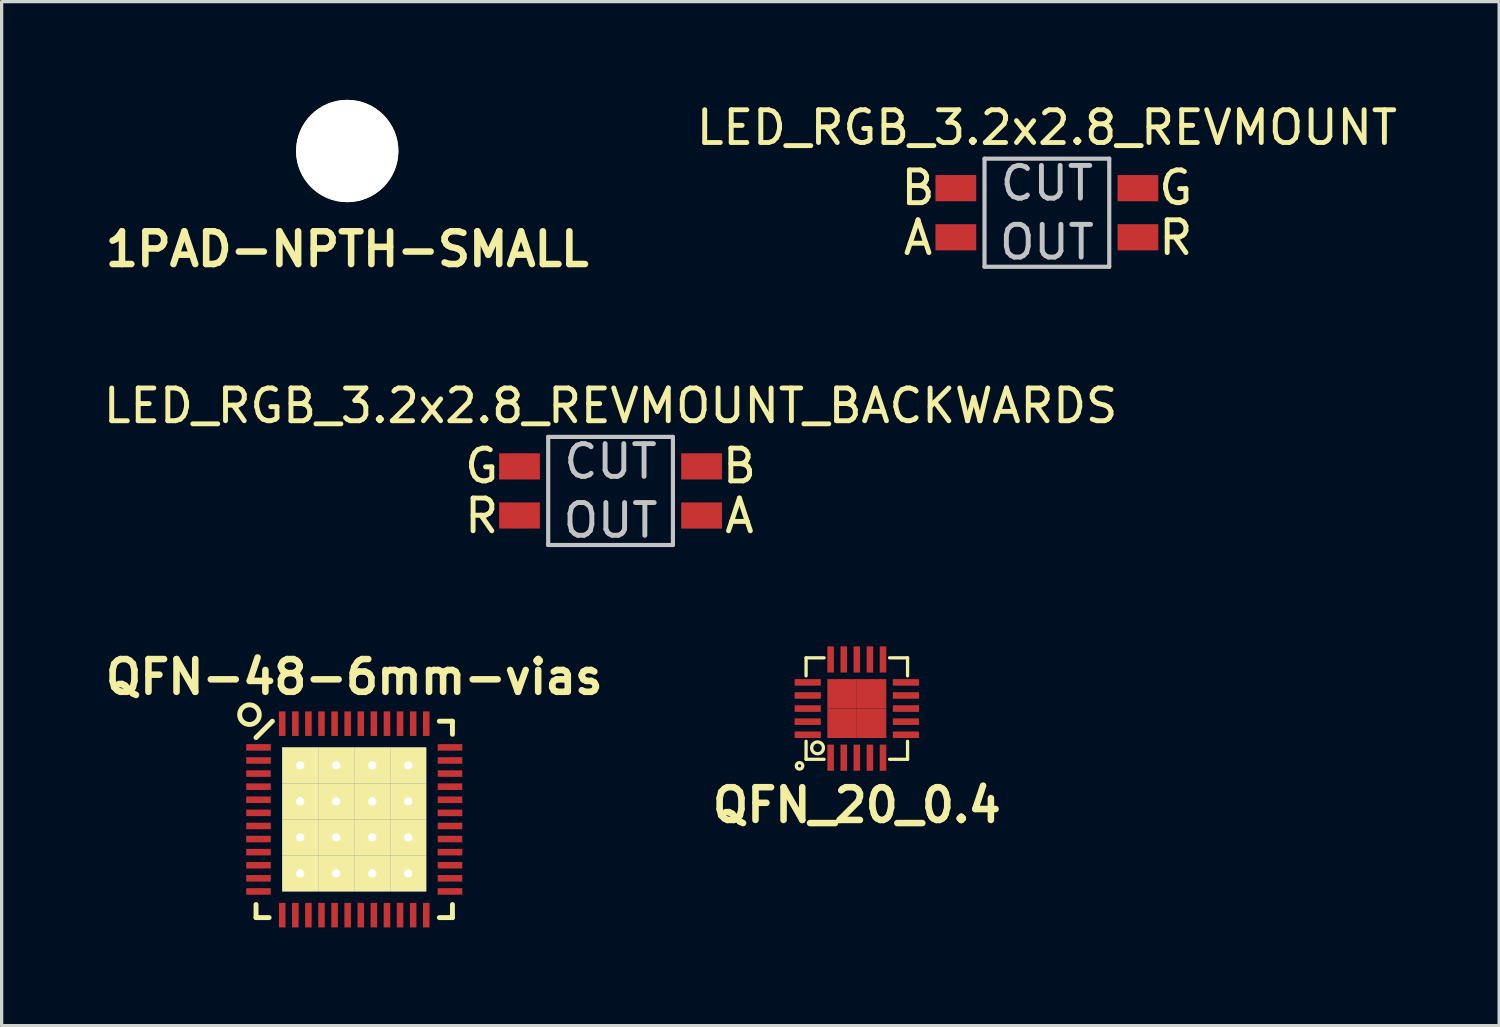
<source format=kicad_pcb>
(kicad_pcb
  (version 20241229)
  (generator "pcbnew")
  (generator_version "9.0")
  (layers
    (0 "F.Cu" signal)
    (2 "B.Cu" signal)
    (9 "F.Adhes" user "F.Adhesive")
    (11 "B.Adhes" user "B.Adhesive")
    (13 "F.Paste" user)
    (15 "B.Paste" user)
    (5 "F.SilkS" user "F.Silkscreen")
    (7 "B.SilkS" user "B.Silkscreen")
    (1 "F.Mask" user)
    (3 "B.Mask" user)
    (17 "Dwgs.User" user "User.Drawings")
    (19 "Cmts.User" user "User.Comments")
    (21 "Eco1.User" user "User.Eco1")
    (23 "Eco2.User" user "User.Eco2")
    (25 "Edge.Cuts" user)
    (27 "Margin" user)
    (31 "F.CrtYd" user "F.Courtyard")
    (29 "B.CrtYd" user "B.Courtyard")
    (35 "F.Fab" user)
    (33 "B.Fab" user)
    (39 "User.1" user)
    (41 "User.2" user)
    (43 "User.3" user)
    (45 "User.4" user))
  (footprint "LED_RGB_3.2x2.8_REVMOUNT"
    (layer "F.Cu")
    (at 28.93 3.448)
    (property "Reference" "LED_RGB_3.2x2.8_REVMOUNT" (at 0 -2.6 0) (layer "F.SilkS") (effects (font (size 1 1) (thickness 0.15))))
    (attr smd)
    (fp_line (start -1.905 -1.651) (end 1.905 -1.651) (stroke (width 0.127) (type solid)) (layer "Dwgs.User"))
    (fp_line (start -1.905 1.651) (end -1.905 -1.651) (stroke (width 0.127) (type solid)) (layer "Dwgs.User"))
    (fp_line (start 1.905 -1.651) (end 1.905 1.651) (stroke (width 0.127) (type solid)) (layer "Dwgs.User"))
    (fp_line (start 1.905 1.651) (end -1.905 1.651) (stroke (width 0.127) (type solid)) (layer "Dwgs.User"))
    (fp_text user "B" (at -3.937 -0.762 0) (layer "F.SilkS") (effects (font (size 1 1) (thickness 0.15))))
    (fp_text user "R" (at 3.937 0.762 0) (layer "F.SilkS") (effects (font (size 1 1) (thickness 0.15))))
    (fp_text user "G" (at 3.937 -0.762 0) (layer "F.SilkS") (effects (font (size 1 1) (thickness 0.15))))
    (fp_text user "A" (at -3.937 0.762 0) (layer "F.SilkS") (effects (font (size 1 1) (thickness 0.15))))
    (fp_text user "OUT" (at 0 0.9 0) (layer "Dwgs.User") (effects (font (size 1 1) (thickness 0.15))))
    (fp_text user "CUT" (at 0 -0.9 0) (layer "Dwgs.User") (effects (font (size 1 1) (thickness 0.15))))
    (pad "1" smd rect (at -2.781 0.75) (size 1.245 0.8) (layers "F.Cu" "F.Mask" "F.Paste"))
    (pad "2" smd rect (at 2.781 0.75) (size 1.245 0.8) (layers "F.Cu" "F.Mask" "F.Paste"))
    (pad "3" smd rect (at 2.781 -0.75) (size 1.245 0.8) (layers "F.Cu" "F.Mask" "F.Paste"))
    (pad "4" smd rect (at -2.781 -0.75) (size 1.245 0.8) (layers "F.Cu" "F.Mask" "F.Paste")))
  (footprint "LED_RGB_3.2x2.8_REVMOUNT_BACKWARDS"
    (layer "F.Cu")
    (at 15.601 11.947)
    (property "Reference" "LED_RGB_3.2x2.8_REVMOUNT_BACKWARDS" (at 0 -2.6 0) (layer "F.SilkS") (effects (font (size 1 1) (thickness 0.15))))
    (attr smd)
    (fp_line (start -1.905 -1.651) (end 1.905 -1.651) (stroke (width 0.127) (type solid)) (layer "Dwgs.User"))
    (fp_line (start -1.905 1.651) (end -1.905 -1.651) (stroke (width 0.127) (type solid)) (layer "Dwgs.User"))
    (fp_line (start 1.905 -1.651) (end 1.905 1.651) (stroke (width 0.127) (type solid)) (layer "Dwgs.User"))
    (fp_line (start 1.905 1.651) (end -1.905 1.651) (stroke (width 0.127) (type solid)) (layer "Dwgs.User"))
    (fp_text user "A" (at 3.937 0.762 0) (layer "F.SilkS") (effects (font (size 1 1) (thickness 0.15))))
    (fp_text user "B" (at 3.937 -0.762 0) (layer "F.SilkS") (effects (font (size 1 1) (thickness 0.15))))
    (fp_text user "G" (at -3.937 -0.762 0) (layer "F.SilkS") (effects (font (size 1 1) (thickness 0.15))))
    (fp_text user "R" (at -3.937 0.762 0) (layer "F.SilkS") (effects (font (size 1 1) (thickness 0.15))))
    (fp_text user "OUT" (at 0 0.9 0) (layer "Dwgs.User") (effects (font (size 1 1) (thickness 0.15))))
    (fp_text user "CUT" (at 0 -0.9 0) (layer "Dwgs.User") (effects (font (size 1 1) (thickness 0.15))))
    (pad "1" smd rect (at 2.781 0.75) (size 1.245 0.8) (layers "F.Cu" "F.Mask" "F.Paste"))
    (pad "2" smd rect (at -2.781 0.75) (size 1.245 0.8) (layers "F.Cu" "F.Mask" "F.Paste"))
    (pad "3" smd rect (at -2.781 -0.75) (size 1.245 0.8) (layers "F.Cu" "F.Mask" "F.Paste"))
    (pad "4" smd rect (at 2.781 -0.75) (size 1.245 0.8) (layers "F.Cu" "F.Mask" "F.Paste")))
  (footprint "QFN-48-6mm-vias"
    (layer "F.Cu")
    (at 7.771 21.981)
    (property "Reference" "QFN-48-6mm-vias" (at 0 -4.35 0) (layer "F.SilkS") (effects (font (size 1 1) (thickness 0.2))))
    (attr smd)
    (fp_line (start -3 2.6) (end -3 3) (stroke (width 0.15) (type solid)) (layer "F.SilkS"))
    (fp_line (start -3 3) (end -2.6 3) (stroke (width 0.15) (type solid)) (layer "F.SilkS"))
    (fp_line (start -2.5 -3) (end -3 -2.5) (stroke (width 0.15) (type solid)) (layer "F.SilkS"))
    (fp_line (start 2.6 -3) (end 3 -3) (stroke (width 0.15) (type solid)) (layer "F.SilkS"))
    (fp_line (start 3 -3) (end 3 -2.6) (stroke (width 0.15) (type solid)) (layer "F.SilkS"))
    (fp_line (start 3 2.6) (end 3 3) (stroke (width 0.15) (type solid)) (layer "F.SilkS"))
    (fp_line (start 3 3) (end 2.6 3) (stroke (width 0.15) (type solid)) (layer "F.SilkS"))
    (fp_circle (center -3.2 -3.2) (end -3.2 -3.5) (stroke (width 0.15) (type solid)) (fill no) (layer "F.SilkS"))
    (pad "1" smd rect (at -2.925 -2.2) (size 0.75 0.2) (layers "F.Cu" "F.Mask" "F.Paste"))
    (pad "2" smd rect (at -2.925 -1.8) (size 0.75 0.2) (layers "F.Cu" "F.Mask" "F.Paste"))
    (pad "3" smd rect (at -2.925 -1.4) (size 0.75 0.2) (layers "F.Cu" "F.Mask" "F.Paste"))
    (pad "4" smd rect (at -2.925 -1) (size 0.75 0.2) (layers "F.Cu" "F.Mask" "F.Paste"))
    (pad "5" smd rect (at -2.925 -0.6) (size 0.75 0.2) (layers "F.Cu" "F.Mask" "F.Paste"))
    (pad "6" smd rect (at -2.925 -0.2) (size 0.75 0.2) (layers "F.Cu" "F.Mask" "F.Paste"))
    (pad "7" smd rect (at -2.925 0.2) (size 0.75 0.2) (layers "F.Cu" "F.Mask" "F.Paste"))
    (pad "8" smd rect (at -2.925 0.6) (size 0.75 0.2) (layers "F.Cu" "F.Mask" "F.Paste"))
    (pad "9" smd rect (at -2.925 1) (size 0.75 0.2) (layers "F.Cu" "F.Mask" "F.Paste"))
    (pad "10" smd rect (at -2.925 1.4) (size 0.75 0.2) (layers "F.Cu" "F.Mask" "F.Paste"))
    (pad "11" smd rect (at -2.925 1.8) (size 0.75 0.2) (layers "F.Cu" "F.Mask" "F.Paste"))
    (pad "12" smd rect (at -2.925 2.2) (size 0.75 0.2) (layers "F.Cu" "F.Mask" "F.Paste"))
    (pad "13" smd rect (at -2.2 2.925) (size 0.2 0.75) (layers "F.Cu" "F.Mask" "F.Paste"))
    (pad "14" smd rect (at -1.8 2.925) (size 0.2 0.75) (layers "F.Cu" "F.Mask" "F.Paste"))
    (pad "15" smd rect (at -1.4 2.925) (size 0.2 0.75) (layers "F.Cu" "F.Mask" "F.Paste"))
    (pad "16" smd rect (at -1 2.925) (size 0.2 0.75) (layers "F.Cu" "F.Mask" "F.Paste"))
    (pad "17" smd rect (at -0.6 2.925) (size 0.2 0.75) (layers "F.Cu" "F.Mask" "F.Paste"))
    (pad "18" smd rect (at -0.2 2.925) (size 0.2 0.75) (layers "F.Cu" "F.Mask" "F.Paste"))
    (pad "19" smd rect (at 0.2 2.925) (size 0.2 0.75) (layers "F.Cu" "F.Mask" "F.Paste"))
    (pad "20" smd rect (at 0.6 2.925) (size 0.2 0.75) (layers "F.Cu" "F.Mask" "F.Paste"))
    (pad "21" smd rect (at 1 2.925) (size 0.2 0.75) (layers "F.Cu" "F.Mask" "F.Paste"))
    (pad "22" smd rect (at 1.4 2.925) (size 0.2 0.75) (layers "F.Cu" "F.Mask" "F.Paste"))
    (pad "23" smd rect (at 1.8 2.925) (size 0.2 0.75) (layers "F.Cu" "F.Mask" "F.Paste"))
    (pad "24" smd rect (at 2.2 2.925) (size 0.2 0.75) (layers "F.Cu" "F.Mask" "F.Paste"))
    (pad "25" smd rect (at 2.925 2.2) (size 0.75 0.2) (layers "F.Cu" "F.Mask" "F.Paste"))
    (pad "26" smd rect (at 2.925 1.8) (size 0.75 0.2) (layers "F.Cu" "F.Mask" "F.Paste"))
    (pad "27" smd rect (at 2.925 1.4) (size 0.75 0.2) (layers "F.Cu" "F.Mask" "F.Paste"))
    (pad "28" smd rect (at 2.925 1) (size 0.75 0.2) (layers "F.Cu" "F.Mask" "F.Paste"))
    (pad "29" smd rect (at 2.925 0.6) (size 0.75 0.2) (layers "F.Cu" "F.Mask" "F.Paste"))
    (pad "30" smd rect (at 2.925 0.2) (size 0.75 0.2) (layers "F.Cu" "F.Mask" "F.Paste"))
    (pad "31" smd rect (at 2.925 -0.2) (size 0.75 0.2) (layers "F.Cu" "F.Mask" "F.Paste"))
    (pad "32" smd rect (at 2.925 -0.6) (size 0.75 0.2) (layers "F.Cu" "F.Mask" "F.Paste"))
    (pad "33" smd rect (at 2.925 -1) (size 0.75 0.2) (layers "F.Cu" "F.Mask" "F.Paste"))
    (pad "34" smd rect (at 2.925 -1.4) (size 0.75 0.2) (layers "F.Cu" "F.Mask" "F.Paste"))
    (pad "35" smd rect (at 2.925 -1.8) (size 0.75 0.2) (layers "F.Cu" "F.Mask" "F.Paste"))
    (pad "36" smd rect (at 2.925 -2.2) (size 0.75 0.2) (layers "F.Cu" "F.Mask" "F.Paste"))
    (pad "37" smd rect (at 2.2 -2.925) (size 0.2 0.75) (layers "F.Cu" "F.Mask" "F.Paste"))
    (pad "38" smd rect (at 1.8 -2.925) (size 0.2 0.75) (layers "F.Cu" "F.Mask" "F.Paste"))
    (pad "39" smd rect (at 1.4 -2.925) (size 0.2 0.75) (layers "F.Cu" "F.Mask" "F.Paste"))
    (pad "40" smd rect (at 1 -2.925) (size 0.2 0.75) (layers "F.Cu" "F.Mask" "F.Paste"))
    (pad "41" smd rect (at 0.6 -2.925) (size 0.2 0.75) (layers "F.Cu" "F.Mask" "F.Paste"))
    (pad "42" smd rect (at 0.2 -2.925) (size 0.2 0.75) (layers "F.Cu" "F.Mask" "F.Paste"))
    (pad "43" smd rect (at -0.2 -2.925) (size 0.2 0.75) (layers "F.Cu" "F.Mask" "F.Paste"))
    (pad "44" smd rect (at -0.6 -2.925) (size 0.2 0.75) (layers "F.Cu" "F.Mask" "F.Paste"))
    (pad "45" smd rect (at -1 -2.925) (size 0.2 0.75) (layers "F.Cu" "F.Mask" "F.Paste"))
    (pad "46" smd rect (at -1.4 -2.925) (size 0.2 0.75) (layers "F.Cu" "F.Mask" "F.Paste"))
    (pad "47" smd rect (at -1.8 -2.925) (size 0.2 0.75) (layers "F.Cu" "F.Mask" "F.Paste"))
    (pad "48" smd rect (at -2.2 -2.925) (size 0.2 0.75) (layers "F.Cu" "F.Mask" "F.Paste"))
    (pad "48" thru_hole rect (at -1.65 -1.65) (size 1.1 1.1) (drill 0.254) (layers "*.Cu" "F.Mask" "F.SilkS"))
    (pad "48" thru_hole rect (at -1.65 -0.55) (size 1.1 1.1) (drill 0.254) (layers "*.Cu" "F.Mask" "F.SilkS"))
    (pad "48" thru_hole rect (at -1.65 0.55) (size 1.1 1.1) (drill 0.254) (layers "*.Cu" "F.Mask" "F.SilkS"))
    (pad "48" thru_hole rect (at -1.65 1.65) (size 1.1 1.1) (drill 0.254) (layers "*.Cu" "F.Mask" "F.SilkS"))
    (pad "48" thru_hole rect (at -0.55 -1.65) (size 1.1 1.1) (drill 0.254) (layers "*.Cu" "F.Mask" "F.SilkS"))
    (pad "48" thru_hole rect (at -0.55 -0.55) (size 1.1 1.1) (drill 0.254) (layers "*.Cu" "F.Mask" "F.SilkS"))
    (pad "48" thru_hole rect (at -0.55 0.55) (size 1.1 1.1) (drill 0.254) (layers "*.Cu" "F.Mask" "F.SilkS"))
    (pad "48" thru_hole rect (at -0.55 1.65) (size 1.1 1.1) (drill 0.254) (layers "*.Cu" "F.Mask" "F.SilkS"))
    (pad "48" thru_hole rect (at 0.55 -1.65) (size 1.1 1.1) (drill 0.254) (layers "*.Cu" "F.Mask" "F.SilkS"))
    (pad "48" thru_hole rect (at 0.55 -0.55) (size 1.1 1.1) (drill 0.254) (layers "*.Cu" "F.Mask" "F.SilkS"))
    (pad "48" thru_hole rect (at 0.55 0.55) (size 1.1 1.1) (drill 0.254) (layers "*.Cu" "F.Mask" "F.SilkS"))
    (pad "48" thru_hole rect (at 0.55 1.65) (size 1.1 1.1) (drill 0.254) (layers "*.Cu" "F.Mask" "F.SilkS"))
    (pad "48" thru_hole rect (at 1.65 -1.65) (size 1.1 1.1) (drill 0.254) (layers "*.Cu" "F.Mask" "F.SilkS"))
    (pad "48" thru_hole rect (at 1.65 -0.55) (size 1.1 1.1) (drill 0.254) (layers "*.Cu" "F.Mask" "F.SilkS"))
    (pad "48" thru_hole rect (at 1.65 0.55) (size 1.1 1.1) (drill 0.254) (layers "*.Cu" "F.Mask" "F.SilkS"))
    (pad "48" thru_hole rect (at 1.65 1.65) (size 1.1 1.1) (drill 0.254) (layers "*.Cu" "F.Mask" "F.SilkS")))
  (footprint "QFN_20_0.4"
    (layer "F.Cu")
    (at 23.124 18.595)
    (property "Reference" "QFN_20_0.4" (at 0 2.95 0) (layer "F.SilkS") (effects (font (size 1 1) (thickness 0.2))))
    (attr smd)
    (fp_line (start -1.55 -1.55) (end -1.55 -1) (stroke (width 0.1) (type solid)) (layer "F.SilkS"))
    (fp_line (start -1.55 -1.55) (end -1 -1.55) (stroke (width 0.1) (type solid)) (layer "F.SilkS"))
    (fp_line (start -1.55 1.55) (end -1.55 1) (stroke (width 0.1) (type solid)) (layer "F.SilkS"))
    (fp_line (start -1.55 1.55) (end -1 1.55) (stroke (width 0.1) (type solid)) (layer "F.SilkS"))
    (fp_line (start 1.55 -1.55) (end 1 -1.55) (stroke (width 0.1) (type solid)) (layer "F.SilkS"))
    (fp_line (start 1.55 -1.55) (end 1.55 -1) (stroke (width 0.1) (type solid)) (layer "F.SilkS"))
    (fp_line (start 1.55 1.55) (end 1 1.55) (stroke (width 0.1) (type solid)) (layer "F.SilkS"))
    (fp_line (start 1.55 1.55) (end 1.55 1) (stroke (width 0.1) (type solid)) (layer "F.SilkS"))
    (fp_circle (center -1.75 1.75) (end -1.65 1.75) (stroke (width 0.1) (type solid)) (fill no) (layer "F.SilkS"))
    (fp_circle (center -1.2 1.2) (end -1.35 1.3) (stroke (width 0.1) (type solid)) (fill no) (layer "F.SilkS"))
    (pad "" smd rect (at -0.45 -0.45) (size 0.9 0.9) (layers "F.Cu" "F.Mask" "F.Paste"))
    (pad "" smd rect (at -0.45 0.45) (size 0.9 0.9) (layers "F.Cu" "F.Mask" "F.Paste"))
    (pad "" smd rect (at 0.45 -0.45) (size 0.9 0.9) (layers "F.Cu" "F.Mask" "F.Paste"))
    (pad "" smd rect (at 0.45 0.45) (size 0.9 0.9) (layers "F.Cu" "F.Mask" "F.Paste"))
    (pad "1" smd rect (at -0.8 1.5) (size 0.2 0.8) (layers "F.Cu" "F.Mask" "F.Paste"))
    (pad "2" smd rect (at -0.4 1.5) (size 0.2 0.8) (layers "F.Cu" "F.Mask" "F.Paste"))
    (pad "3" smd rect (at 0 1.5) (size 0.2 0.8) (layers "F.Cu" "F.Mask" "F.Paste"))
    (pad "4" smd rect (at 0.4 1.5) (size 0.2 0.8) (layers "F.Cu" "F.Mask" "F.Paste"))
    (pad "5" smd rect (at 0.8 1.5) (size 0.2 0.8) (layers "F.Cu" "F.Mask" "F.Paste"))
    (pad "6" smd rect (at 1.5 0.8 90) (size 0.2 0.8) (layers "F.Cu" "F.Mask" "F.Paste"))
    (pad "7" smd rect (at 1.5 0.4 90) (size 0.2 0.8) (layers "F.Cu" "F.Mask" "F.Paste"))
    (pad "8" smd rect (at 1.5 0 90) (size 0.2 0.8) (layers "F.Cu" "F.Mask" "F.Paste"))
    (pad "9" smd rect (at 1.5 -0.4 90) (size 0.2 0.8) (layers "F.Cu" "F.Mask" "F.Paste"))
    (pad "10" smd rect (at 1.5 -0.8 90) (size 0.2 0.8) (layers "F.Cu" "F.Mask" "F.Paste"))
    (pad "11" smd rect (at 0.8 -1.5) (size 0.2 0.8) (layers "F.Cu" "F.Mask" "F.Paste"))
    (pad "12" smd rect (at 0.4 -1.5) (size 0.2 0.8) (layers "F.Cu" "F.Mask" "F.Paste"))
    (pad "13" smd rect (at 0 -1.5) (size 0.2 0.8) (layers "F.Cu" "F.Mask" "F.Paste"))
    (pad "14" smd rect (at -0.4 -1.5) (size 0.2 0.8) (layers "F.Cu" "F.Mask" "F.Paste"))
    (pad "15" smd rect (at -0.8 -1.5) (size 0.2 0.8) (layers "F.Cu" "F.Mask" "F.Paste"))
    (pad "16" smd rect (at -1.5 -0.8 90) (size 0.2 0.8) (layers "F.Cu" "F.Mask" "F.Paste"))
    (pad "17" smd rect (at -1.5 -0.4 90) (size 0.2 0.8) (layers "F.Cu" "F.Mask" "F.Paste"))
    (pad "18" smd rect (at -1.5 0 90) (size 0.2 0.8) (layers "F.Cu" "F.Mask" "F.Paste"))
    (pad "19" smd rect (at -1.5 0.4 90) (size 0.2 0.8) (layers "F.Cu" "F.Mask" "F.Paste"))
    (pad "20" smd rect (at -1.5 0.8 90) (size 0.2 0.8) (layers "F.Cu" "F.Mask" "F.Paste")))
  (footprint "1PAD-NPTH-SMALL"
    (layer "F.Cu")
    (at 7.557 1.563)
    (property "Reference" "1PAD-NPTH-SMALL" (at 0 3 0) (layer "F.SilkS") (effects (font (size 1 1) (thickness 0.2))))
    (attr through_hole)
    (pad "" np_thru_hole circle (at 0 0) (size 3.125 3.125) (drill 3.125) (layers "*.Cu" "*.Mask" "F.SilkS")))
  (gr_rect
    (start -3 -3)
    (end 42.745 28.281)
    (stroke (width 0.1) (type default))
    (fill no)
    (layer "Edge.Cuts")))
</source>
